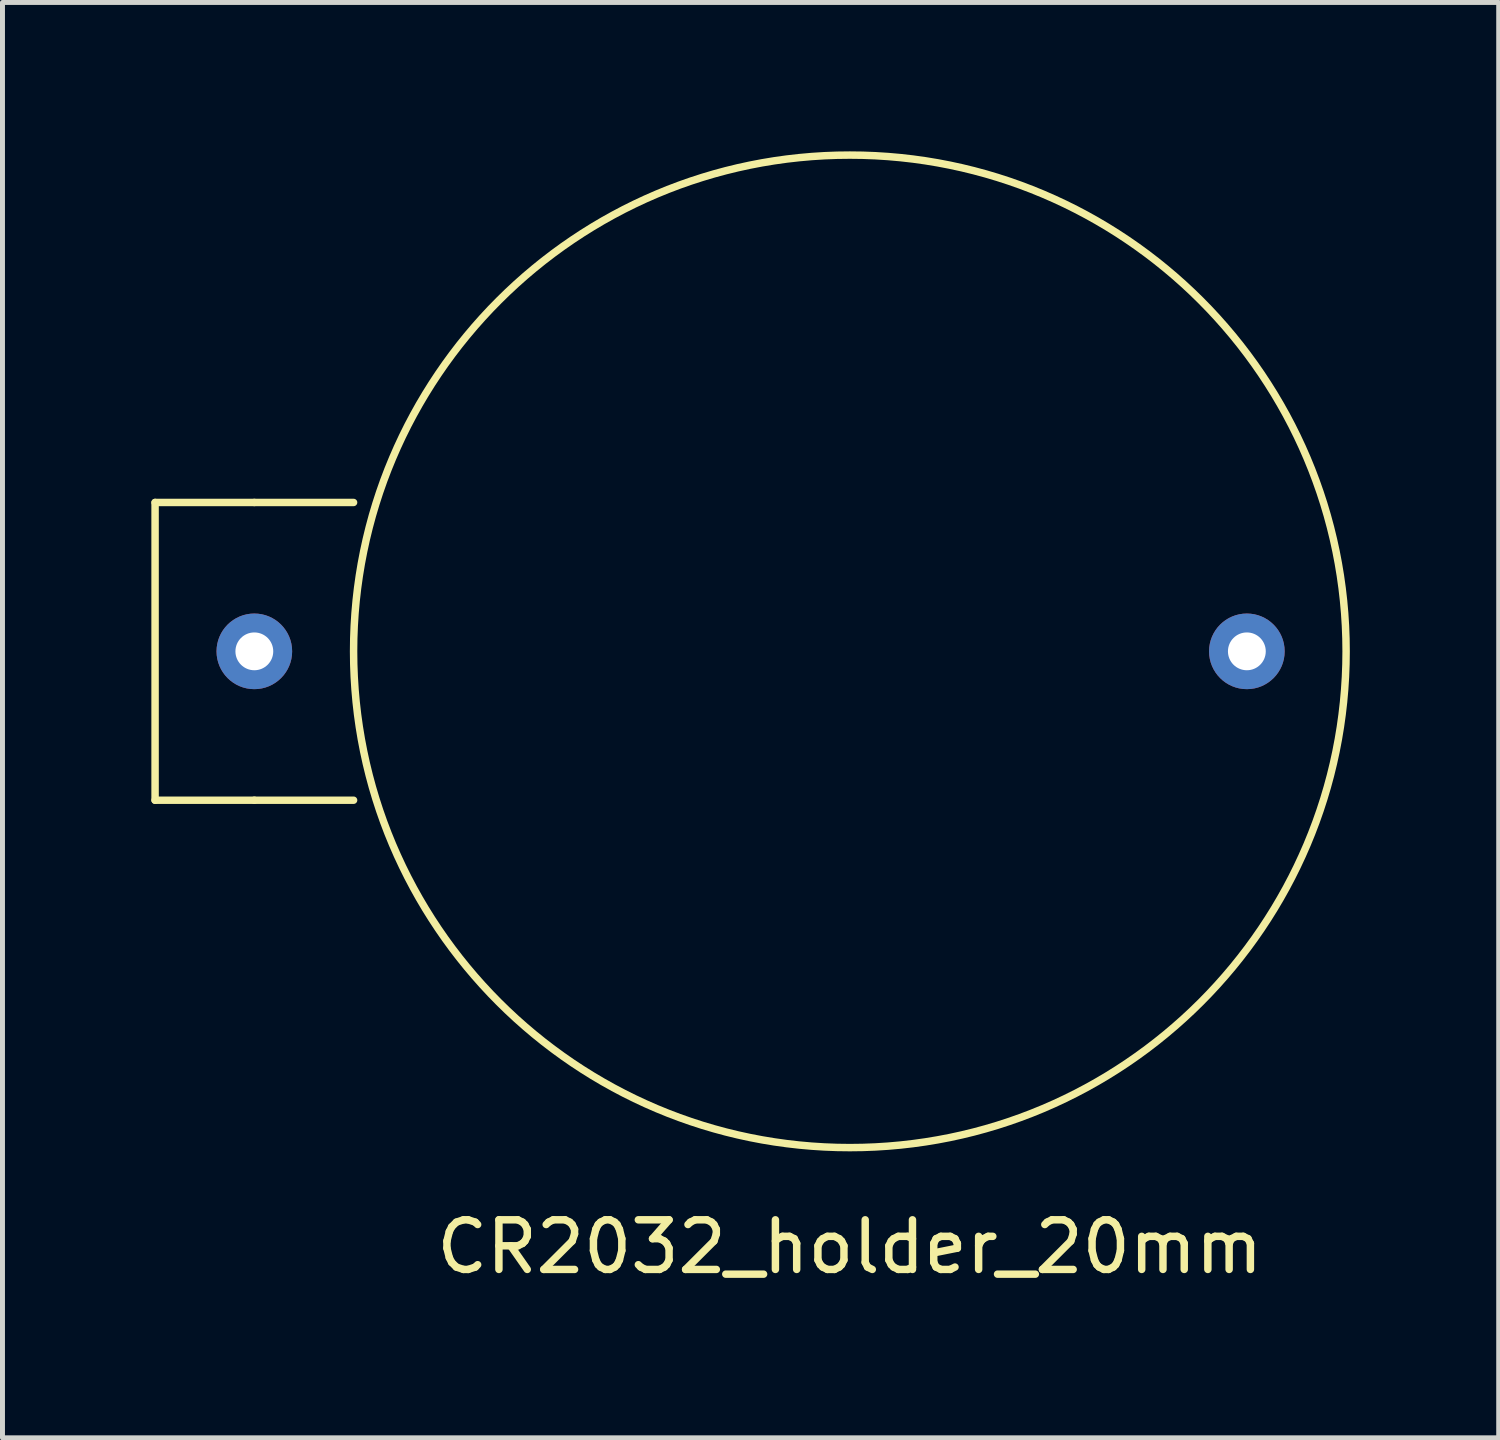
<source format=kicad_pcb>
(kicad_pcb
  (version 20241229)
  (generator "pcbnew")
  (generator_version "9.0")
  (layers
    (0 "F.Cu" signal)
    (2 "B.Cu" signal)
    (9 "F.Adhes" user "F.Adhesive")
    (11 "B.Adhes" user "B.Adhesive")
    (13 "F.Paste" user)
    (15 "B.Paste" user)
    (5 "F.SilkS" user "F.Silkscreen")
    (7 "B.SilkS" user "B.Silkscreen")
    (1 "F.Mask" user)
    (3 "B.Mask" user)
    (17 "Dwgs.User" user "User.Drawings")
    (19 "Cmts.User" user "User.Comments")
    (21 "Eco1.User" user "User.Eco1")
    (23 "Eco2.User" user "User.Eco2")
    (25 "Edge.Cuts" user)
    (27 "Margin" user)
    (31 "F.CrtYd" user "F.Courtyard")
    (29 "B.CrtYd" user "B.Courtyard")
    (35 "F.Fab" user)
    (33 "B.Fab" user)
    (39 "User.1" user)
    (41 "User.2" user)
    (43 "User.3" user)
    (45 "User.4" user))
  (footprint "CR2032_holder_20mm"
    (layer "F.Cu")
    (at 14.075 10.075)
    (property "Reference" "CR2032_holder_20mm" (at 0 12 0) (layer "F.SilkS") (effects (font (size 1 1) (thickness 0.15))))
    (attr through_hole)
    (fp_line (start -13 -6) (end -11 -6) (stroke (width 0.5) (type solid)) (layer "F.Mask"))
    (fp_line (start -12 -7) (end -12 -5) (stroke (width 0.5) (type solid)) (layer "F.Mask"))
    (fp_line (start -14 -3) (end -14 3) (stroke (width 0.15) (type solid)) (layer "F.SilkS"))
    (fp_line (start -14 3) (end -12 3) (stroke (width 0.15) (type solid)) (layer "F.SilkS"))
    (fp_line (start -12 -3) (end -14 -3) (stroke (width 0.15) (type solid)) (layer "F.SilkS"))
    (fp_line (start -12 3) (end -10 3) (stroke (width 0.15) (type solid)) (layer "F.SilkS"))
    (fp_line (start -10 -3) (end -12 -3) (stroke (width 0.15) (type solid)) (layer "F.SilkS"))
    (fp_circle (center 0 0) (end 10 0) (stroke (width 0.15) (type solid)) (fill no) (layer "F.SilkS"))
    (pad "1" thru_hole circle (at -12 0) (size 1.524 1.524) (drill 0.762) (layers "*.Cu" "*.Mask"))
    (pad "2" thru_hole circle (at 8 0) (size 1.524 1.524) (drill 0.762) (layers "*.Cu" "*.Mask")))
  (gr_rect
    (start -3 -3)
    (end 27.15 25.923)
    (stroke (width 0.1) (type default))
    (fill no)
    (layer "Edge.Cuts")))
</source>
